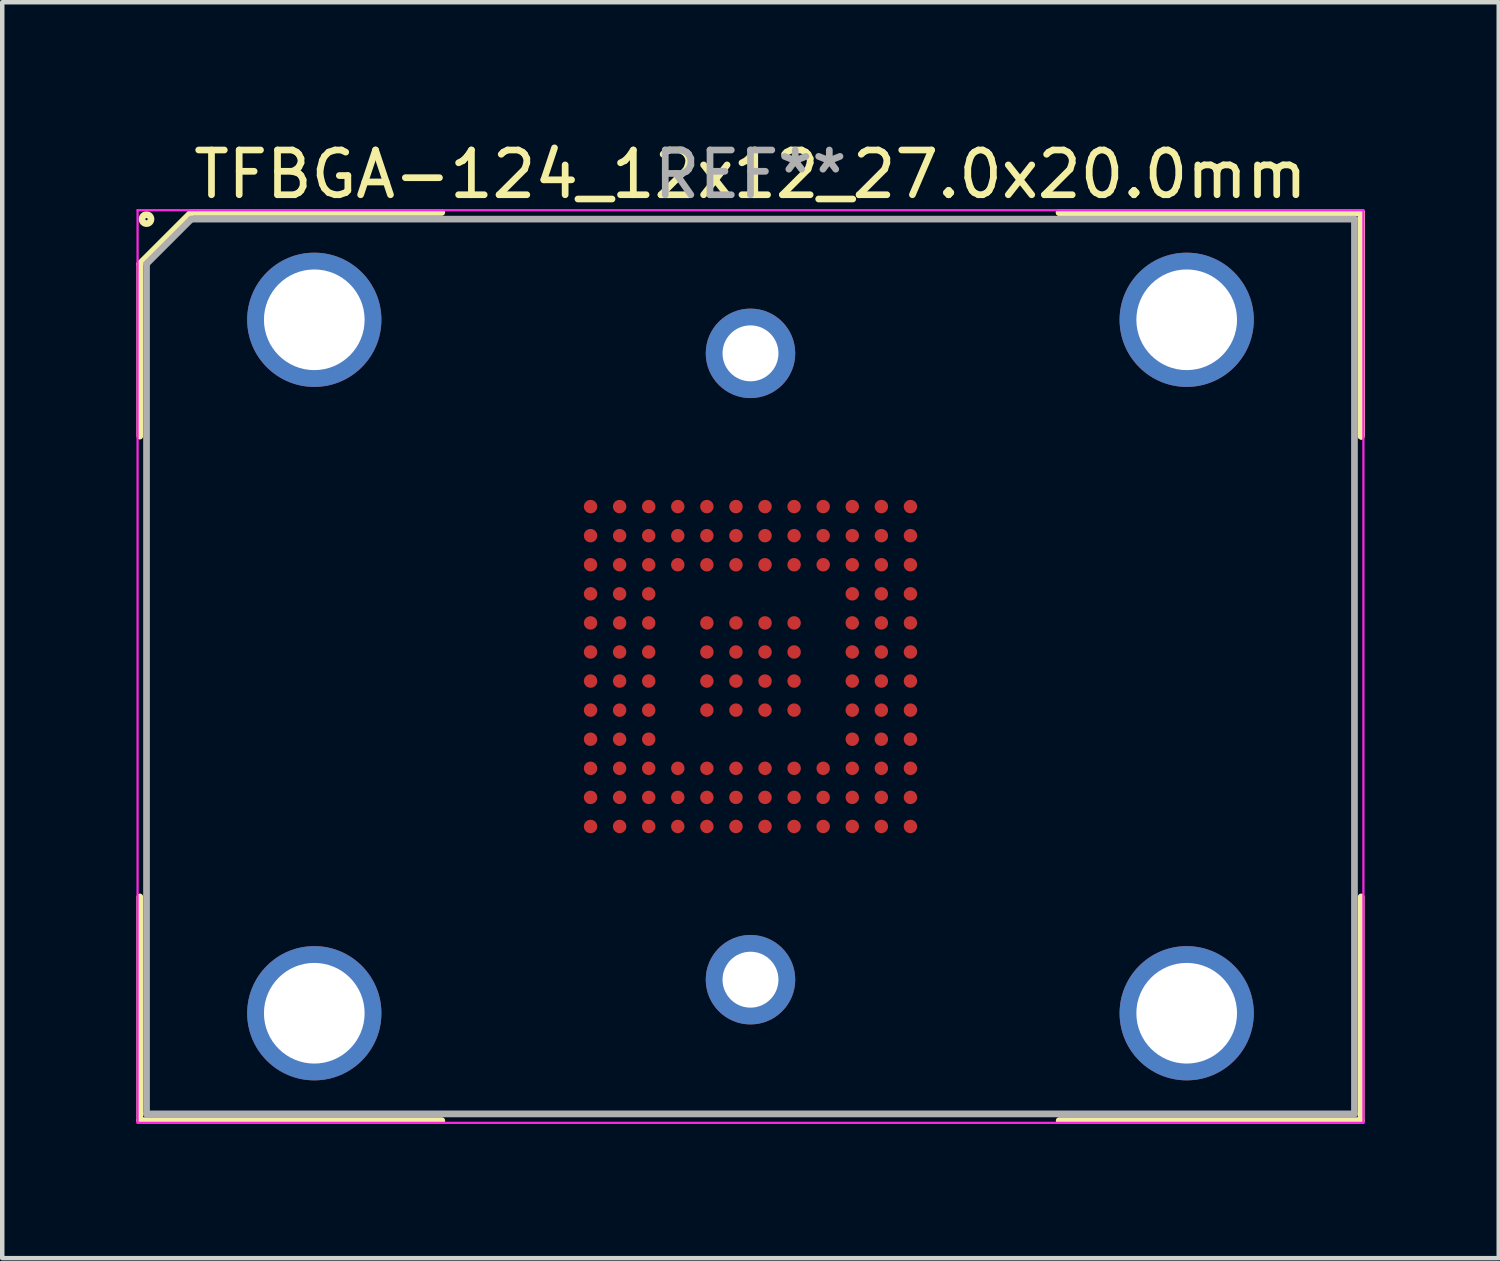
<source format=kicad_pcb>
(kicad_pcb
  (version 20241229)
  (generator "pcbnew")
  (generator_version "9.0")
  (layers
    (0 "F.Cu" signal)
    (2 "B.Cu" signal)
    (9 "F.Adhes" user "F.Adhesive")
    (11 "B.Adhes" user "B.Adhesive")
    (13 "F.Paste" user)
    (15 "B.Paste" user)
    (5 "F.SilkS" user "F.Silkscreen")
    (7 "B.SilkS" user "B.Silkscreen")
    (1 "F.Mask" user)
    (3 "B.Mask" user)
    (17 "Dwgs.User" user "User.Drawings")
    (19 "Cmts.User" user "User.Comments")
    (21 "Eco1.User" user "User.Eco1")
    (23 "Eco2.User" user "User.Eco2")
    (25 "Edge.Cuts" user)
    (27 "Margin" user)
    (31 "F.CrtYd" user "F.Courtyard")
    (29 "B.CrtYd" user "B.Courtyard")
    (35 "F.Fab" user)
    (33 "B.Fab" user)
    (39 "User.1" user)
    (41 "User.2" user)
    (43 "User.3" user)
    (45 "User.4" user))
  (footprint "TFBGA-124_12x12_27.0x20.0mm"
    (layer "F.Cu")
    (at 13.725 11.848)
    (property "Reference" "TFBGA-124_12x12_27.0x20.0mm" (at 0 -11 0) (layer "F.SilkS") (effects (font (size 1 1) (thickness 0.15))))
    (attr smd)
    (fp_line (start -13.65 -9) (end -13.65 -5.15) (stroke (width 0.15) (type solid)) (layer "F.SilkS"))
    (fp_line (start -13.65 10.15) (end -13.65 5.15) (stroke (width 0.15) (type solid)) (layer "F.SilkS"))
    (fp_line (start -12.5 -10.15) (end -13.65 -9) (stroke (width 0.15) (type solid)) (layer "F.SilkS"))
    (fp_line (start -6.9 -10.15) (end -12.5 -10.15) (stroke (width 0.15) (type solid)) (layer "F.SilkS"))
    (fp_line (start -6.9 10.15) (end -13.65 10.15) (stroke (width 0.15) (type solid)) (layer "F.SilkS"))
    (fp_line (start 6.9 -10.15) (end 13.65 -10.15) (stroke (width 0.15) (type solid)) (layer "F.SilkS"))
    (fp_line (start 6.9 -10.15) (end 13.65 -10.15) (stroke (width 0.15) (type solid)) (layer "F.SilkS"))
    (fp_line (start 6.9 -10.15) (end 13.65 -10.15) (stroke (width 0.15) (type solid)) (layer "F.SilkS"))
    (fp_line (start 6.9 10.15) (end 13.65 10.15) (stroke (width 0.15) (type solid)) (layer "F.SilkS"))
    (fp_line (start 13.65 -10.15) (end 13.65 -5.15) (stroke (width 0.15) (type solid)) (layer "F.SilkS"))
    (fp_line (start 13.65 -10.15) (end 13.65 -5.15) (stroke (width 0.15) (type solid)) (layer "F.SilkS"))
    (fp_line (start 13.65 -10.15) (end 13.65 -5.15) (stroke (width 0.15) (type solid)) (layer "F.SilkS"))
    (fp_line (start 13.65 10.15) (end 13.65 5.15) (stroke (width 0.15) (type solid)) (layer "F.SilkS"))
    (fp_circle (center -13.5 -10) (end -13.5 -9.9) (stroke (width 0.15) (type solid)) (fill no) (layer "F.SilkS"))
    (fp_line (start -13.7 -10.2) (end 13.7 -10.2) (stroke (width 0.05) (type solid)) (layer "F.CrtYd"))
    (fp_line (start -13.7 10.2) (end -13.7 -10.2) (stroke (width 0.05) (type solid)) (layer "F.CrtYd"))
    (fp_line (start 13.7 -10.2) (end 13.7 10.2) (stroke (width 0.05) (type solid)) (layer "F.CrtYd"))
    (fp_line (start 13.7 10.2) (end -13.7 10.2) (stroke (width 0.05) (type solid)) (layer "F.CrtYd"))
    (fp_line (start -13.5 -9) (end -13.5 10) (stroke (width 0.15) (type solid)) (layer "F.Fab"))
    (fp_line (start -13.5 10) (end 13.5 10) (stroke (width 0.15) (type solid)) (layer "F.Fab"))
    (fp_line (start -12.5 -10) (end -13.5 -9) (stroke (width 0.15) (type solid)) (layer "F.Fab"))
    (fp_line (start 13.5 -10) (end -12.5 -10) (stroke (width 0.15) (type solid)) (layer "F.Fab"))
    (fp_line (start 13.5 10) (end 13.5 -10) (stroke (width 0.15) (type solid)) (layer "F.Fab"))
    (fp_text user "REF**" (at 0 -11 0) (layer "F.Fab") (effects (font (size 1 1) (thickness 0.15))))
    (pad "" thru_hole circle (at -9.75 -7.75) (size 3 3) (drill 2.25) (layers "*.Cu" "*.Mask"))
    (pad "" thru_hole circle (at -9.75 7.75) (size 3 3) (drill 2.25) (layers "*.Cu" "*.Mask"))
    (pad "" thru_hole circle (at 0 -7) (size 2 2) (drill 1.25) (layers "*.Cu" "*.Mask"))
    (pad "" thru_hole circle (at 0 7) (size 2 2) (drill 1.25) (layers "*.Cu" "*.Mask"))
    (pad "" thru_hole circle (at 9.75 -7.75) (size 3 3) (drill 2.25) (layers "*.Cu" "*.Mask"))
    (pad "" thru_hole circle (at 9.75 7.75) (size 3 3) (drill 2.25) (layers "*.Cu" "*.Mask"))
    (pad "A1" smd circle (at -3.575 -3.575) (size 0.3 0.3) (layers "F.Cu" "F.Mask" "F.Paste"))
    (pad "A2" smd circle (at -2.925 -3.575) (size 0.3 0.3) (layers "F.Cu" "F.Mask" "F.Paste"))
    (pad "A3" smd circle (at -2.275 -3.575) (size 0.3 0.3) (layers "F.Cu" "F.Mask" "F.Paste"))
    (pad "A4" smd circle (at -1.625 -3.575) (size 0.3 0.3) (layers "F.Cu" "F.Mask" "F.Paste"))
    (pad "A5" smd circle (at -0.975 -3.575) (size 0.3 0.3) (layers "F.Cu" "F.Mask" "F.Paste"))
    (pad "A6" smd circle (at -0.325 -3.575) (size 0.3 0.3) (layers "F.Cu" "F.Mask" "F.Paste"))
    (pad "A7" smd circle (at 0.325 -3.575) (size 0.3 0.3) (layers "F.Cu" "F.Mask" "F.Paste"))
    (pad "A8" smd circle (at 0.975 -3.575) (size 0.3 0.3) (layers "F.Cu" "F.Mask" "F.Paste"))
    (pad "A9" smd circle (at 1.625 -3.575) (size 0.3 0.3) (layers "F.Cu" "F.Mask" "F.Paste"))
    (pad "A10" smd circle (at 2.275 -3.575) (size 0.3 0.3) (layers "F.Cu" "F.Mask" "F.Paste"))
    (pad "A11" smd circle (at 2.925 -3.575) (size 0.3 0.3) (layers "F.Cu" "F.Mask" "F.Paste"))
    (pad "A12" smd circle (at 3.575 -3.575) (size 0.3 0.3) (layers "F.Cu" "F.Mask" "F.Paste"))
    (pad "B1" smd circle (at -3.575 -2.925) (size 0.3 0.3) (layers "F.Cu" "F.Mask" "F.Paste"))
    (pad "B2" smd circle (at -2.925 -2.925) (size 0.3 0.3) (layers "F.Cu" "F.Mask" "F.Paste"))
    (pad "B3" smd circle (at -2.275 -2.925) (size 0.3 0.3) (layers "F.Cu" "F.Mask" "F.Paste"))
    (pad "B4" smd circle (at -1.625 -2.925) (size 0.3 0.3) (layers "F.Cu" "F.Mask" "F.Paste"))
    (pad "B5" smd circle (at -0.975 -2.925) (size 0.3 0.3) (layers "F.Cu" "F.Mask" "F.Paste"))
    (pad "B6" smd circle (at -0.325 -2.925) (size 0.3 0.3) (layers "F.Cu" "F.Mask" "F.Paste"))
    (pad "B7" smd circle (at 0.325 -2.925) (size 0.3 0.3) (layers "F.Cu" "F.Mask" "F.Paste"))
    (pad "B8" smd circle (at 0.975 -2.925) (size 0.3 0.3) (layers "F.Cu" "F.Mask" "F.Paste"))
    (pad "B9" smd circle (at 1.625 -2.925) (size 0.3 0.3) (layers "F.Cu" "F.Mask" "F.Paste"))
    (pad "B10" smd circle (at 2.275 -2.925) (size 0.3 0.3) (layers "F.Cu" "F.Mask" "F.Paste"))
    (pad "B11" smd circle (at 2.925 -2.925) (size 0.3 0.3) (layers "F.Cu" "F.Mask" "F.Paste"))
    (pad "B12" smd circle (at 3.575 -2.925) (size 0.3 0.3) (layers "F.Cu" "F.Mask" "F.Paste"))
    (pad "C1" smd circle (at -3.575 -2.275) (size 0.3 0.3) (layers "F.Cu" "F.Mask" "F.Paste"))
    (pad "C2" smd circle (at -2.925 -2.275) (size 0.3 0.3) (layers "F.Cu" "F.Mask" "F.Paste"))
    (pad "C3" smd circle (at -2.275 -2.275) (size 0.3 0.3) (layers "F.Cu" "F.Mask" "F.Paste"))
    (pad "C4" smd circle (at -1.625 -2.275) (size 0.3 0.3) (layers "F.Cu" "F.Mask" "F.Paste"))
    (pad "C5" smd circle (at -0.975 -2.275) (size 0.3 0.3) (layers "F.Cu" "F.Mask" "F.Paste"))
    (pad "C6" smd circle (at -0.325 -2.275) (size 0.3 0.3) (layers "F.Cu" "F.Mask" "F.Paste"))
    (pad "C7" smd circle (at 0.325 -2.275) (size 0.3 0.3) (layers "F.Cu" "F.Mask" "F.Paste"))
    (pad "C8" smd circle (at 0.975 -2.275) (size 0.3 0.3) (layers "F.Cu" "F.Mask" "F.Paste"))
    (pad "C9" smd circle (at 1.625 -2.275) (size 0.3 0.3) (layers "F.Cu" "F.Mask" "F.Paste"))
    (pad "C10" smd circle (at 2.275 -2.275) (size 0.3 0.3) (layers "F.Cu" "F.Mask" "F.Paste"))
    (pad "C11" smd circle (at 2.925 -2.275) (size 0.3 0.3) (layers "F.Cu" "F.Mask" "F.Paste"))
    (pad "C12" smd circle (at 3.575 -2.275) (size 0.3 0.3) (layers "F.Cu" "F.Mask" "F.Paste"))
    (pad "D1" smd circle (at -3.575 -1.625) (size 0.3 0.3) (layers "F.Cu" "F.Mask" "F.Paste"))
    (pad "D2" smd circle (at -2.925 -1.625) (size 0.3 0.3) (layers "F.Cu" "F.Mask" "F.Paste"))
    (pad "D3" smd circle (at -2.275 -1.625) (size 0.3 0.3) (layers "F.Cu" "F.Mask" "F.Paste"))
    (pad "D10" smd circle (at 2.275 -1.625) (size 0.3 0.3) (layers "F.Cu" "F.Mask" "F.Paste"))
    (pad "D11" smd circle (at 2.925 -1.625) (size 0.3 0.3) (layers "F.Cu" "F.Mask" "F.Paste"))
    (pad "D12" smd circle (at 3.575 -1.625) (size 0.3 0.3) (layers "F.Cu" "F.Mask" "F.Paste"))
    (pad "E1" smd circle (at -3.575 -0.975) (size 0.3 0.3) (layers "F.Cu" "F.Mask" "F.Paste"))
    (pad "E2" smd circle (at -2.925 -0.975) (size 0.3 0.3) (layers "F.Cu" "F.Mask" "F.Paste"))
    (pad "E3" smd circle (at -2.275 -0.975) (size 0.3 0.3) (layers "F.Cu" "F.Mask" "F.Paste"))
    (pad "E5" smd circle (at -0.975 -0.975) (size 0.3 0.3) (layers "F.Cu" "F.Mask" "F.Paste"))
    (pad "E6" smd circle (at -0.325 -0.975) (size 0.3 0.3) (layers "F.Cu" "F.Mask" "F.Paste"))
    (pad "E7" smd circle (at 0.325 -0.975) (size 0.3 0.3) (layers "F.Cu" "F.Mask" "F.Paste"))
    (pad "E8" smd circle (at 0.975 -0.975) (size 0.3 0.3) (layers "F.Cu" "F.Mask" "F.Paste"))
    (pad "E10" smd circle (at 2.275 -0.975) (size 0.3 0.3) (layers "F.Cu" "F.Mask" "F.Paste"))
    (pad "E11" smd circle (at 2.925 -0.975) (size 0.3 0.3) (layers "F.Cu" "F.Mask" "F.Paste"))
    (pad "E12" smd circle (at 3.575 -0.975) (size 0.3 0.3) (layers "F.Cu" "F.Mask" "F.Paste"))
    (pad "F1" smd circle (at -3.575 -0.325) (size 0.3 0.3) (layers "F.Cu" "F.Mask" "F.Paste"))
    (pad "F2" smd circle (at -2.925 -0.325) (size 0.3 0.3) (layers "F.Cu" "F.Mask" "F.Paste"))
    (pad "F3" smd circle (at -2.275 -0.325) (size 0.3 0.3) (layers "F.Cu" "F.Mask" "F.Paste"))
    (pad "F5" smd circle (at -0.975 -0.325) (size 0.3 0.3) (layers "F.Cu" "F.Mask" "F.Paste"))
    (pad "F6" smd circle (at -0.325 -0.325) (size 0.3 0.3) (layers "F.Cu" "F.Mask" "F.Paste"))
    (pad "F7" smd circle (at 0.325 -0.325) (size 0.3 0.3) (layers "F.Cu" "F.Mask" "F.Paste"))
    (pad "F8" smd circle (at 0.975 -0.325) (size 0.3 0.3) (layers "F.Cu" "F.Mask" "F.Paste"))
    (pad "F10" smd circle (at 2.275 -0.325) (size 0.3 0.3) (layers "F.Cu" "F.Mask" "F.Paste"))
    (pad "F11" smd circle (at 2.925 -0.325) (size 0.3 0.3) (layers "F.Cu" "F.Mask" "F.Paste"))
    (pad "F12" smd circle (at 3.575 -0.325) (size 0.3 0.3) (layers "F.Cu" "F.Mask" "F.Paste"))
    (pad "G1" smd circle (at -3.575 0.325) (size 0.3 0.3) (layers "F.Cu" "F.Mask" "F.Paste"))
    (pad "G2" smd circle (at -2.925 0.325) (size 0.3 0.3) (layers "F.Cu" "F.Mask" "F.Paste"))
    (pad "G3" smd circle (at -2.275 0.325) (size 0.3 0.3) (layers "F.Cu" "F.Mask" "F.Paste"))
    (pad "G5" smd circle (at -0.975 0.325) (size 0.3 0.3) (layers "F.Cu" "F.Mask" "F.Paste"))
    (pad "G6" smd circle (at -0.325 0.325) (size 0.3 0.3) (layers "F.Cu" "F.Mask" "F.Paste"))
    (pad "G7" smd circle (at 0.325 0.325) (size 0.3 0.3) (layers "F.Cu" "F.Mask" "F.Paste"))
    (pad "G8" smd circle (at 0.975 0.325) (size 0.3 0.3) (layers "F.Cu" "F.Mask" "F.Paste"))
    (pad "G10" smd circle (at 2.275 0.325) (size 0.3 0.3) (layers "F.Cu" "F.Mask" "F.Paste"))
    (pad "G11" smd circle (at 2.925 0.325) (size 0.3 0.3) (layers "F.Cu" "F.Mask" "F.Paste"))
    (pad "G12" smd circle (at 3.575 0.325) (size 0.3 0.3) (layers "F.Cu" "F.Mask" "F.Paste"))
    (pad "H1" smd circle (at -3.575 0.975) (size 0.3 0.3) (layers "F.Cu" "F.Mask" "F.Paste"))
    (pad "H2" smd circle (at -2.925 0.975) (size 0.3 0.3) (layers "F.Cu" "F.Mask" "F.Paste"))
    (pad "H3" smd circle (at -2.275 0.975) (size 0.3 0.3) (layers "F.Cu" "F.Mask" "F.Paste"))
    (pad "H5" smd circle (at -0.975 0.975) (size 0.3 0.3) (layers "F.Cu" "F.Mask" "F.Paste"))
    (pad "H6" smd circle (at -0.325 0.975) (size 0.3 0.3) (layers "F.Cu" "F.Mask" "F.Paste"))
    (pad "H7" smd circle (at 0.325 0.975) (size 0.3 0.3) (layers "F.Cu" "F.Mask" "F.Paste"))
    (pad "H8" smd circle (at 0.975 0.975) (size 0.3 0.3) (layers "F.Cu" "F.Mask" "F.Paste"))
    (pad "H10" smd circle (at 2.275 0.975) (size 0.3 0.3) (layers "F.Cu" "F.Mask" "F.Paste"))
    (pad "H11" smd circle (at 2.925 0.975) (size 0.3 0.3) (layers "F.Cu" "F.Mask" "F.Paste"))
    (pad "H12" smd circle (at 3.575 0.975) (size 0.3 0.3) (layers "F.Cu" "F.Mask" "F.Paste"))
    (pad "J1" smd circle (at -3.575 1.625) (size 0.3 0.3) (layers "F.Cu" "F.Mask" "F.Paste"))
    (pad "J2" smd circle (at -2.925 1.625) (size 0.3 0.3) (layers "F.Cu" "F.Mask" "F.Paste"))
    (pad "J3" smd circle (at -2.275 1.625) (size 0.3 0.3) (layers "F.Cu" "F.Mask" "F.Paste"))
    (pad "J10" smd circle (at 2.275 1.625) (size 0.3 0.3) (layers "F.Cu" "F.Mask" "F.Paste"))
    (pad "J11" smd circle (at 2.925 1.625) (size 0.3 0.3) (layers "F.Cu" "F.Mask" "F.Paste"))
    (pad "J12" smd circle (at 3.575 1.625) (size 0.3 0.3) (layers "F.Cu" "F.Mask" "F.Paste"))
    (pad "K1" smd circle (at -3.575 2.275) (size 0.3 0.3) (layers "F.Cu" "F.Mask" "F.Paste"))
    (pad "K2" smd circle (at -2.925 2.275) (size 0.3 0.3) (layers "F.Cu" "F.Mask" "F.Paste"))
    (pad "K3" smd circle (at -2.275 2.275) (size 0.3 0.3) (layers "F.Cu" "F.Mask" "F.Paste"))
    (pad "K4" smd circle (at -1.625 2.275) (size 0.3 0.3) (layers "F.Cu" "F.Mask" "F.Paste"))
    (pad "K5" smd circle (at -0.975 2.275) (size 0.3 0.3) (layers "F.Cu" "F.Mask" "F.Paste"))
    (pad "K6" smd circle (at -0.325 2.275) (size 0.3 0.3) (layers "F.Cu" "F.Mask" "F.Paste"))
    (pad "K7" smd circle (at 0.325 2.275) (size 0.3 0.3) (layers "F.Cu" "F.Mask" "F.Paste"))
    (pad "K8" smd circle (at 0.975 2.275) (size 0.3 0.3) (layers "F.Cu" "F.Mask" "F.Paste"))
    (pad "K9" smd circle (at 1.625 2.275) (size 0.3 0.3) (layers "F.Cu" "F.Mask" "F.Paste"))
    (pad "K10" smd circle (at 2.275 2.275) (size 0.3 0.3) (layers "F.Cu" "F.Mask" "F.Paste"))
    (pad "K11" smd circle (at 2.925 2.275) (size 0.3 0.3) (layers "F.Cu" "F.Mask" "F.Paste"))
    (pad "K12" smd circle (at 3.575 2.275) (size 0.3 0.3) (layers "F.Cu" "F.Mask" "F.Paste"))
    (pad "L1" smd circle (at -3.575 2.925) (size 0.3 0.3) (layers "F.Cu" "F.Mask" "F.Paste"))
    (pad "L2" smd circle (at -2.925 2.925) (size 0.3 0.3) (layers "F.Cu" "F.Mask" "F.Paste"))
    (pad "L3" smd circle (at -2.275 2.925) (size 0.3 0.3) (layers "F.Cu" "F.Mask" "F.Paste"))
    (pad "L4" smd circle (at -1.625 2.925) (size 0.3 0.3) (layers "F.Cu" "F.Mask" "F.Paste"))
    (pad "L5" smd circle (at -0.975 2.925) (size 0.3 0.3) (layers "F.Cu" "F.Mask" "F.Paste"))
    (pad "L6" smd circle (at -0.325 2.925) (size 0.3 0.3) (layers "F.Cu" "F.Mask" "F.Paste"))
    (pad "L7" smd circle (at 0.325 2.925) (size 0.3 0.3) (layers "F.Cu" "F.Mask" "F.Paste"))
    (pad "L8" smd circle (at 0.975 2.925) (size 0.3 0.3) (layers "F.Cu" "F.Mask" "F.Paste"))
    (pad "L9" smd circle (at 1.625 2.925) (size 0.3 0.3) (layers "F.Cu" "F.Mask" "F.Paste"))
    (pad "L10" smd circle (at 2.275 2.925) (size 0.3 0.3) (layers "F.Cu" "F.Mask" "F.Paste"))
    (pad "L11" smd circle (at 2.925 2.925) (size 0.3 0.3) (layers "F.Cu" "F.Mask" "F.Paste"))
    (pad "L12" smd circle (at 3.575 2.925) (size 0.3 0.3) (layers "F.Cu" "F.Mask" "F.Paste"))
    (pad "M1" smd circle (at -3.575 3.575) (size 0.3 0.3) (layers "F.Cu" "F.Mask" "F.Paste"))
    (pad "M2" smd circle (at -2.925 3.575) (size 0.3 0.3) (layers "F.Cu" "F.Mask" "F.Paste"))
    (pad "M3" smd circle (at -2.275 3.575) (size 0.3 0.3) (layers "F.Cu" "F.Mask" "F.Paste"))
    (pad "M4" smd circle (at -1.625 3.575) (size 0.3 0.3) (layers "F.Cu" "F.Mask" "F.Paste"))
    (pad "M5" smd circle (at -0.975 3.575) (size 0.3 0.3) (layers "F.Cu" "F.Mask" "F.Paste"))
    (pad "M6" smd circle (at -0.325 3.575) (size 0.3 0.3) (layers "F.Cu" "F.Mask" "F.Paste"))
    (pad "M7" smd circle (at 0.325 3.575) (size 0.3 0.3) (layers "F.Cu" "F.Mask" "F.Paste"))
    (pad "M8" smd circle (at 0.975 3.575) (size 0.3 0.3) (layers "F.Cu" "F.Mask" "F.Paste"))
    (pad "M9" smd circle (at 1.625 3.575) (size 0.3 0.3) (layers "F.Cu" "F.Mask" "F.Paste"))
    (pad "M10" smd circle (at 2.275 3.575) (size 0.3 0.3) (layers "F.Cu" "F.Mask" "F.Paste"))
    (pad "M11" smd circle (at 2.925 3.575) (size 0.3 0.3) (layers "F.Cu" "F.Mask" "F.Paste"))
    (pad "M12" smd circle (at 3.575 3.575) (size 0.3 0.3) (layers "F.Cu" "F.Mask" "F.Paste")))
  (gr_rect
    (start -3 -3)
    (end 30.45 25.073)
    (stroke (width 0.1) (type default))
    (fill no)
    (layer "Edge.Cuts")))
</source>
